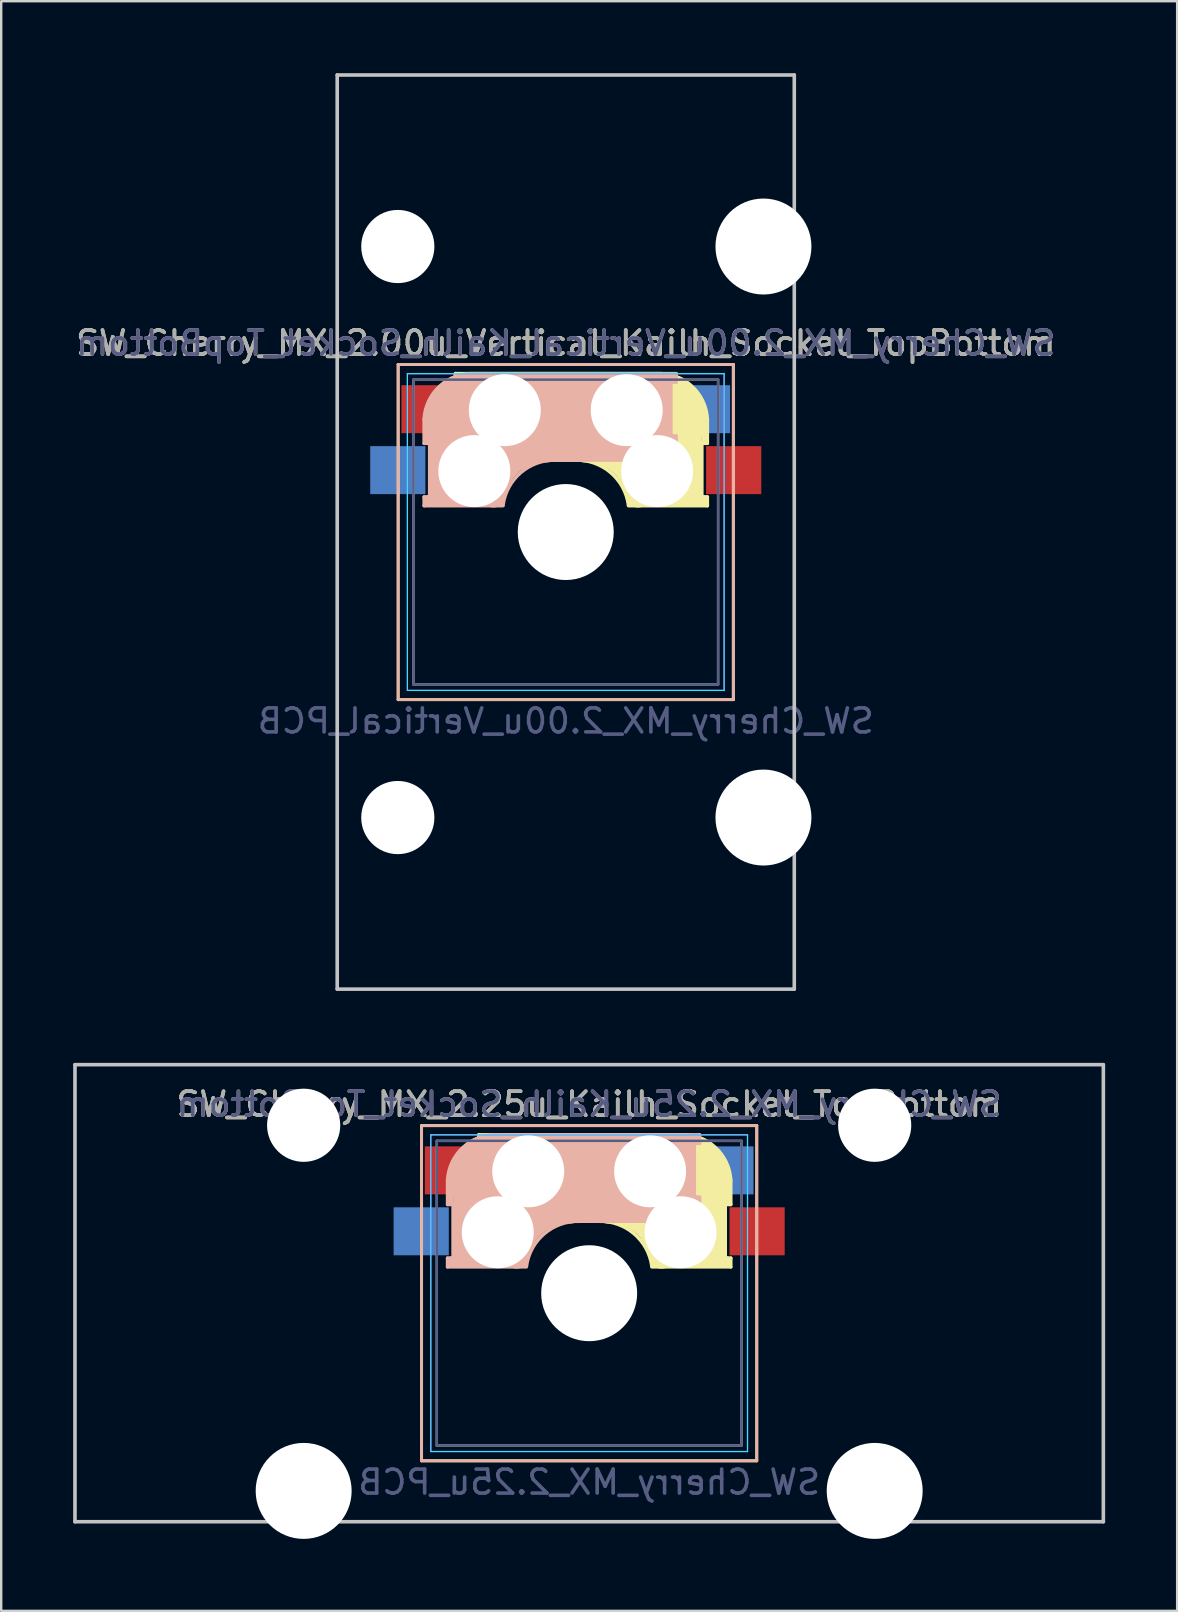
<source format=kicad_pcb>
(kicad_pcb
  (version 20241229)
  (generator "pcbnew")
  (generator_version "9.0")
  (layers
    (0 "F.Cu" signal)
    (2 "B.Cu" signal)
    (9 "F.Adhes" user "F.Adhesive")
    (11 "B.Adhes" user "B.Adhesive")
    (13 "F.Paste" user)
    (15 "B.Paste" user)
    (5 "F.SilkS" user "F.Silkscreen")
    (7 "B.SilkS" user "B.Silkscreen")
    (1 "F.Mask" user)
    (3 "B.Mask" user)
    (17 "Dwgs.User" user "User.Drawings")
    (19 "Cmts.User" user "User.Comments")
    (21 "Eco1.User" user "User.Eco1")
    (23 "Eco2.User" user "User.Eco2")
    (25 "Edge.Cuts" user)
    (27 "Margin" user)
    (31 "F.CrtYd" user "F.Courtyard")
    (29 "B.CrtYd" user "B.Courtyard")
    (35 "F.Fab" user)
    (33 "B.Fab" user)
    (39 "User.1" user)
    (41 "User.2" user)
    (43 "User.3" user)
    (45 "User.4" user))
  (footprint "SW_Cherry_MX_2.25u_Kailh_Socket_TopBottom"
    (layer "F.Cu")
    (at 24.046 45.77)
    (property "Reference" "SW_Cherry_MX_2.25u_Kailh_Socket_TopBottom" (at -2.54 -2.794 0) (layer "F.SilkS") (effects (font (size 1 1) (thickness 0.15))))
    (property "Value" "SW_Cherry_MX_2.25u_PCB" (at -2.54 12.954 0) (layer "F.Fab") (hide yes) (effects (font (size 1 1) (thickness 0.15))))
    (fp_line (start -9.525 -1.905) (end 4.445 -1.905) (stroke (width 0.12) (type solid)) (layer "F.SilkS"))
    (fp_line (start -9.525 12.065) (end -9.525 -1.905) (stroke (width 0.12) (type solid)) (layer "F.SilkS"))
    (fp_line (start -7.14 -1.52) (end 1.26 -1.52) (stroke (width 0.15) (type solid)) (layer "F.SilkS"))
    (fp_line (start -7.14 -1.17) (end -7.14 -1.52) (stroke (width 0.15) (type solid)) (layer "F.SilkS"))
    (fp_line (start -7.14 1.08) (end -6.94 1.08) (stroke (width 0.15) (type solid)) (layer "F.SilkS"))
    (fp_line (start -7.14 2.08) (end -7.14 1.08) (stroke (width 0.15) (type solid)) (layer "F.SilkS"))
    (fp_line (start -6.94 -1.32) (end -5.54 -1.32) (stroke (width 0.4) (type solid)) (layer "F.SilkS"))
    (fp_line (start -6.94 -1.17) (end -7.14 -1.17) (stroke (width 0.15) (type solid)) (layer "F.SilkS"))
    (fp_line (start -6.94 1.18) (end -6.94 1.88) (stroke (width 0.4) (type solid)) (layer "F.SilkS"))
    (fp_line (start -6.92 1.08) (end -6.92 -1.17) (stroke (width 0.15) (type solid)) (layer "F.SilkS"))
    (fp_line (start -6.84 1.78) (end -5.44 1.78) (stroke (width 0.5) (type solid)) (layer "F.SilkS"))
    (fp_line (start -6.44 -0.92) (end -6.44 1.58) (stroke (width 1) (type solid)) (layer "F.SilkS"))
    (fp_line (start -5.14 0.28) (end 1.56 0.28) (stroke (width 3.5) (type solid)) (layer "F.SilkS"))
    (fp_line (start -2.14 2.08) (end -7.14 2.08) (stroke (width 0.15) (type solid)) (layer "F.SilkS"))
    (fp_line (start 1.63 -0.02) (end 1.63 2.22) (stroke (width 3) (type solid)) (layer "F.SilkS"))
    (fp_line (start 2.76 3.48) (end 2.76 1.68) (stroke (width 0.8) (type solid)) (layer "F.SilkS"))
    (fp_line (start 3.13 1.38) (end 3.13 3.62) (stroke (width 0.15) (type solid)) (layer "F.SilkS"))
    (fp_line (start 3.16 3.62) (end 3.36 3.62) (stroke (width 0.15) (type solid)) (layer "F.SilkS"))
    (fp_line (start 3.16 3.78) (end 0.46 3.78) (stroke (width 0.5) (type solid)) (layer "F.SilkS"))
    (fp_line (start 3.26 1.28) (end 3.26 0.38) (stroke (width 0.3) (type solid)) (layer "F.SilkS"))
    (fp_line (start 3.36 0.38) (end 3.36 1.38) (stroke (width 0.15) (type solid)) (layer "F.SilkS"))
    (fp_line (start 3.36 1.38) (end 3.16 1.38) (stroke (width 0.15) (type solid)) (layer "F.SilkS"))
    (fp_line (start 3.36 3.98) (end 0.08 3.98) (stroke (width 0.15) (type solid)) (layer "F.SilkS"))
    (fp_line (start 3.36 3.98) (end 3.36 3.62) (stroke (width 0.15) (type solid)) (layer "F.SilkS"))
    (fp_line (start 4.445 -1.905) (end 4.445 12.065) (stroke (width 0.12) (type solid)) (layer "F.SilkS"))
    (fp_line (start 4.445 12.065) (end -9.525 12.065) (stroke (width 0.12) (type solid)) (layer "F.SilkS"))
    (fp_arc (start -2.14 2.08) (mid -0.671291 2.593882) (end 0.076318 3.958529) (stroke (width 0.15) (type solid)) (layer "F.SilkS"))
    (fp_arc (start -1.74 1.68) (mid -0.271291 2.193882) (end 0.476318 3.558529) (stroke (width 1) (type solid)) (layer "F.SilkS"))
    (fp_arc (start 1.26 -1.520001) (mid 2.703504 -1.004925) (end 3.360001 0.38) (stroke (width 0.15) (type solid)) (layer "F.SilkS"))
    (fp_line (start -9.525 -1.905) (end -9.525 12.065) (stroke (width 0.12) (type solid)) (layer "B.SilkS"))
    (fp_line (start -9.525 12.065) (end 4.445 12.065) (stroke (width 0.12) (type solid)) (layer "B.SilkS"))
    (fp_line (start -8.44 0.38) (end -8.44 1.38) (stroke (width 0.15) (type solid)) (layer "B.SilkS"))
    (fp_line (start -8.44 1.38) (end -8.24 1.38) (stroke (width 0.15) (type solid)) (layer "B.SilkS"))
    (fp_line (start -8.44 3.98) (end -8.44 3.62) (stroke (width 0.15) (type solid)) (layer "B.SilkS"))
    (fp_line (start -8.44 3.98) (end -5.16 3.98) (stroke (width 0.15) (type solid)) (layer "B.SilkS"))
    (fp_line (start -8.34 1.28) (end -8.34 0.38) (stroke (width 0.3) (type solid)) (layer "B.SilkS"))
    (fp_line (start -8.24 3.62) (end -8.44 3.62) (stroke (width 0.15) (type solid)) (layer "B.SilkS"))
    (fp_line (start -8.24 3.78) (end -5.54 3.78) (stroke (width 0.5) (type solid)) (layer "B.SilkS"))
    (fp_line (start -8.21 1.38) (end -8.21 3.62) (stroke (width 0.15) (type solid)) (layer "B.SilkS"))
    (fp_line (start -7.84 3.48) (end -7.84 1.68) (stroke (width 0.8) (type solid)) (layer "B.SilkS"))
    (fp_line (start -6.71 -0.02) (end -6.71 2.22) (stroke (width 3) (type solid)) (layer "B.SilkS"))
    (fp_line (start -2.94 2.08) (end 2.06 2.08) (stroke (width 0.15) (type solid)) (layer "B.SilkS"))
    (fp_line (start 0.06 0.28) (end -6.64 0.28) (stroke (width 3.5) (type solid)) (layer "B.SilkS"))
    (fp_line (start 1.36 -0.92) (end 1.36 1.58) (stroke (width 1) (type solid)) (layer "B.SilkS"))
    (fp_line (start 1.76 1.78) (end 0.36 1.78) (stroke (width 0.5) (type solid)) (layer "B.SilkS"))
    (fp_line (start 1.84 1.08) (end 1.84 -1.17) (stroke (width 0.15) (type solid)) (layer "B.SilkS"))
    (fp_line (start 1.86 -1.32) (end 0.46 -1.32) (stroke (width 0.4) (type solid)) (layer "B.SilkS"))
    (fp_line (start 1.86 -1.17) (end 2.06 -1.17) (stroke (width 0.15) (type solid)) (layer "B.SilkS"))
    (fp_line (start 1.86 1.18) (end 1.86 1.88) (stroke (width 0.4) (type solid)) (layer "B.SilkS"))
    (fp_line (start 2.06 -1.52) (end -6.34 -1.52) (stroke (width 0.15) (type solid)) (layer "B.SilkS"))
    (fp_line (start 2.06 -1.17) (end 2.06 -1.52) (stroke (width 0.15) (type solid)) (layer "B.SilkS"))
    (fp_line (start 2.06 1.08) (end 1.86 1.08) (stroke (width 0.15) (type solid)) (layer "B.SilkS"))
    (fp_line (start 2.06 2.08) (end 2.06 1.08) (stroke (width 0.15) (type solid)) (layer "B.SilkS"))
    (fp_line (start 4.445 -1.905) (end -9.525 -1.905) (stroke (width 0.12) (type solid)) (layer "B.SilkS"))
    (fp_line (start 4.445 12.065) (end 4.445 -1.905) (stroke (width 0.12) (type solid)) (layer "B.SilkS"))
    (fp_arc (start -8.44 0.380001) (mid -7.783504 -1.004924) (end -6.340001 -1.52) (stroke (width 0.15) (type solid)) (layer "B.SilkS"))
    (fp_arc (start -5.556318 3.558529) (mid -4.808709 2.193882) (end -3.34 1.68) (stroke (width 1) (type solid)) (layer "B.SilkS"))
    (fp_arc (start -5.156318 3.958529) (mid -4.408709 2.593882) (end -2.94 2.08) (stroke (width 0.15) (type solid)) (layer "B.SilkS"))
    (fp_line (start -23.971 -4.445) (end 18.891 -4.445) (stroke (width 0.15) (type solid)) (layer "Dwgs.User"))
    (fp_line (start -23.971 14.605) (end -23.971 -4.445) (stroke (width 0.15) (type solid)) (layer "Dwgs.User"))
    (fp_line (start 18.891 -4.445) (end 18.891 14.605) (stroke (width 0.15) (type solid)) (layer "Dwgs.User"))
    (fp_line (start 18.891 14.605) (end -23.971 14.605) (stroke (width 0.15) (type solid)) (layer "Dwgs.User"))
    (fp_line (start -9.14 -1.52) (end -9.14 11.68) (stroke (width 0.05) (type solid)) (layer "B.CrtYd"))
    (fp_line (start -9.14 11.68) (end 4.06 11.68) (stroke (width 0.05) (type solid)) (layer "B.CrtYd"))
    (fp_line (start 4.06 -1.52) (end -9.14 -1.52) (stroke (width 0.05) (type solid)) (layer "B.CrtYd"))
    (fp_line (start 4.06 11.68) (end 4.06 -1.52) (stroke (width 0.05) (type solid)) (layer "B.CrtYd"))
    (fp_line (start -9.14 -1.52) (end 4.06 -1.52) (stroke (width 0.05) (type solid)) (layer "F.CrtYd"))
    (fp_line (start -9.14 11.68) (end -9.14 -1.52) (stroke (width 0.05) (type solid)) (layer "F.CrtYd"))
    (fp_line (start 4.06 -1.52) (end 4.06 11.68) (stroke (width 0.05) (type solid)) (layer "F.CrtYd"))
    (fp_line (start 4.06 11.68) (end -9.14 11.68) (stroke (width 0.05) (type solid)) (layer "F.CrtYd"))
    (fp_line (start -8.89 -1.27) (end -8.89 11.43) (stroke (width 0.1) (type solid)) (layer "B.Fab"))
    (fp_line (start -8.89 11.43) (end 3.81 11.43) (stroke (width 0.1) (type solid)) (layer "B.Fab"))
    (fp_line (start 3.81 -1.27) (end -8.89 -1.27) (stroke (width 0.1) (type solid)) (layer "B.Fab"))
    (fp_line (start 3.81 11.43) (end 3.81 -1.27) (stroke (width 0.1) (type solid)) (layer "B.Fab"))
    (fp_line (start -8.89 -1.27) (end 3.81 -1.27) (stroke (width 0.1) (type solid)) (layer "F.Fab"))
    (fp_line (start -8.89 11.43) (end -8.89 -1.27) (stroke (width 0.1) (type solid)) (layer "F.Fab"))
    (fp_line (start 3.81 -1.27) (end 3.81 11.43) (stroke (width 0.1) (type solid)) (layer "F.Fab"))
    (fp_line (start 3.81 11.43) (end -8.89 11.43) (stroke (width 0.1) (type solid)) (layer "F.Fab"))
    (fp_text user "${REFERENCE}" (at -2.54 -2.794 0) (layer "B.SilkS") (effects (font (size 1 1) (thickness 0.15)) (justify mirror)))
    (fp_text user "${REFERENCE}" (at -2.54 -2.794 0) (layer "B.Fab") (effects (font (size 1 1) (thickness 0.15)) (justify mirror)))
    (fp_text user "${VALUE}" (at -2.54 12.954 0) (layer "B.Fab") (effects (font (size 1 1) (thickness 0.15)) (justify mirror)))
    (fp_text user "${REFERENCE}" (at -2.54 -2.794 0) (layer "F.Fab") (effects (font (size 1 1) (thickness 0.15))))
    (pad "" np_thru_hole circle (at -14.44 -1.92) (size 3.05 3.05) (drill 3.05) (layers "*.Cu" "*.Mask"))
    (pad "" np_thru_hole circle (at -14.44 13.32) (size 4 4) (drill 4) (layers "*.Cu" "*.Mask"))
    (pad "" np_thru_hole circle (at -6.35 2.54) (size 3 3) (drill 3) (layers "*.Cu" "*.Mask"))
    (pad "" np_thru_hole circle (at -5.08 0) (size 3 3) (drill 3) (layers "*.Cu" "*.Mask"))
    (pad "" np_thru_hole circle (at -2.54 5.08) (size 4 4) (drill 4) (layers "*.Cu" "*.Mask"))
    (pad "" np_thru_hole circle (at 0 0) (size 3 3) (drill 3) (layers "*.Cu" "*.Mask"))
    (pad "" np_thru_hole circle (at 1.27 2.54) (size 3 3) (drill 3) (layers "*.Cu" "*.Mask"))
    (pad "" np_thru_hole circle (at 9.36 -1.92) (size 3.05 3.05) (drill 3.05) (layers "*.Cu" "*.Mask"))
    (pad "" np_thru_hole circle (at 9.36 13.32) (size 4 4) (drill 4) (layers "*.Cu" "*.Mask"))
    (pad "1" smd rect (at 3.16 -0.04) (size 2.3 2) (layers "B.Cu" "B.Mask" "B.Paste"))
    (pad "1" smd rect (at 4.46 2.5) (size 2.3 2) (layers "F.Cu" "F.Mask" "F.Paste"))
    (pad "2" smd rect (at -9.54 2.5) (size 2.3 2) (layers "B.Cu" "B.Mask" "B.Paste"))
    (pad "2" smd rect (at -8.24 -0.04) (size 2.3 2) (layers "F.Cu" "F.Mask" "F.Paste")))
  (footprint "SW_Cherry_MX_2.00u_Vertical_Kailh_Socket_TopBottom"
    (layer "F.Cu")
    (at 23.07 14.045)
    (property "Reference" "SW_Cherry_MX_2.00u_Vertical_Kailh_Socket_TopBottom" (at -2.54 -2.794 0) (layer "F.SilkS") (effects (font (size 1 1) (thickness 0.15))))
    (property "Value" "SW_Cherry_MX_2.00u_Vertical_PCB" (at -2.54 12.954 0) (layer "F.Fab") (hide yes) (effects (font (size 1 1) (thickness 0.15))))
    (fp_line (start -9.525 -1.905) (end 4.445 -1.905) (stroke (width 0.12) (type solid)) (layer "F.SilkS"))
    (fp_line (start -9.525 12.065) (end -9.525 -1.905) (stroke (width 0.12) (type solid)) (layer "F.SilkS"))
    (fp_line (start -7.14 -1.52) (end 1.26 -1.52) (stroke (width 0.15) (type solid)) (layer "F.SilkS"))
    (fp_line (start -7.14 -1.17) (end -7.14 -1.52) (stroke (width 0.15) (type solid)) (layer "F.SilkS"))
    (fp_line (start -7.14 1.08) (end -6.94 1.08) (stroke (width 0.15) (type solid)) (layer "F.SilkS"))
    (fp_line (start -7.14 2.08) (end -7.14 1.08) (stroke (width 0.15) (type solid)) (layer "F.SilkS"))
    (fp_line (start -6.94 -1.32) (end -5.54 -1.32) (stroke (width 0.4) (type solid)) (layer "F.SilkS"))
    (fp_line (start -6.94 -1.17) (end -7.14 -1.17) (stroke (width 0.15) (type solid)) (layer "F.SilkS"))
    (fp_line (start -6.94 1.18) (end -6.94 1.88) (stroke (width 0.4) (type solid)) (layer "F.SilkS"))
    (fp_line (start -6.92 1.08) (end -6.92 -1.17) (stroke (width 0.15) (type solid)) (layer "F.SilkS"))
    (fp_line (start -6.84 1.78) (end -5.44 1.78) (stroke (width 0.5) (type solid)) (layer "F.SilkS"))
    (fp_line (start -6.44 -0.92) (end -6.44 1.58) (stroke (width 1) (type solid)) (layer "F.SilkS"))
    (fp_line (start -5.14 0.28) (end 1.56 0.28) (stroke (width 3.5) (type solid)) (layer "F.SilkS"))
    (fp_line (start -2.14 2.08) (end -7.14 2.08) (stroke (width 0.15) (type solid)) (layer "F.SilkS"))
    (fp_line (start 1.63 -0.02) (end 1.63 2.22) (stroke (width 3) (type solid)) (layer "F.SilkS"))
    (fp_line (start 2.76 3.48) (end 2.76 1.68) (stroke (width 0.8) (type solid)) (layer "F.SilkS"))
    (fp_line (start 3.13 1.38) (end 3.13 3.62) (stroke (width 0.15) (type solid)) (layer "F.SilkS"))
    (fp_line (start 3.16 3.62) (end 3.36 3.62) (stroke (width 0.15) (type solid)) (layer "F.SilkS"))
    (fp_line (start 3.16 3.78) (end 0.46 3.78) (stroke (width 0.5) (type solid)) (layer "F.SilkS"))
    (fp_line (start 3.26 1.28) (end 3.26 0.38) (stroke (width 0.3) (type solid)) (layer "F.SilkS"))
    (fp_line (start 3.36 0.38) (end 3.36 1.38) (stroke (width 0.15) (type solid)) (layer "F.SilkS"))
    (fp_line (start 3.36 1.38) (end 3.16 1.38) (stroke (width 0.15) (type solid)) (layer "F.SilkS"))
    (fp_line (start 3.36 3.98) (end 0.08 3.98) (stroke (width 0.15) (type solid)) (layer "F.SilkS"))
    (fp_line (start 3.36 3.98) (end 3.36 3.62) (stroke (width 0.15) (type solid)) (layer "F.SilkS"))
    (fp_line (start 4.445 -1.905) (end 4.445 12.065) (stroke (width 0.12) (type solid)) (layer "F.SilkS"))
    (fp_line (start 4.445 12.065) (end -9.525 12.065) (stroke (width 0.12) (type solid)) (layer "F.SilkS"))
    (fp_arc (start -2.14 2.08) (mid -0.671291 2.593882) (end 0.076318 3.958529) (stroke (width 0.15) (type solid)) (layer "F.SilkS"))
    (fp_arc (start -1.74 1.68) (mid -0.271291 2.193882) (end 0.476318 3.558529) (stroke (width 1) (type solid)) (layer "F.SilkS"))
    (fp_arc (start 1.26 -1.520001) (mid 2.703504 -1.004925) (end 3.360001 0.38) (stroke (width 0.15) (type solid)) (layer "F.SilkS"))
    (fp_line (start -9.525 -1.905) (end -9.525 12.065) (stroke (width 0.12) (type solid)) (layer "B.SilkS"))
    (fp_line (start -9.525 12.065) (end 4.445 12.065) (stroke (width 0.12) (type solid)) (layer "B.SilkS"))
    (fp_line (start -8.44 0.38) (end -8.44 1.38) (stroke (width 0.15) (type solid)) (layer "B.SilkS"))
    (fp_line (start -8.44 1.38) (end -8.24 1.38) (stroke (width 0.15) (type solid)) (layer "B.SilkS"))
    (fp_line (start -8.44 3.98) (end -8.44 3.62) (stroke (width 0.15) (type solid)) (layer "B.SilkS"))
    (fp_line (start -8.44 3.98) (end -5.16 3.98) (stroke (width 0.15) (type solid)) (layer "B.SilkS"))
    (fp_line (start -8.34 1.28) (end -8.34 0.38) (stroke (width 0.3) (type solid)) (layer "B.SilkS"))
    (fp_line (start -8.24 3.62) (end -8.44 3.62) (stroke (width 0.15) (type solid)) (layer "B.SilkS"))
    (fp_line (start -8.24 3.78) (end -5.54 3.78) (stroke (width 0.5) (type solid)) (layer "B.SilkS"))
    (fp_line (start -8.21 1.38) (end -8.21 3.62) (stroke (width 0.15) (type solid)) (layer "B.SilkS"))
    (fp_line (start -7.84 3.48) (end -7.84 1.68) (stroke (width 0.8) (type solid)) (layer "B.SilkS"))
    (fp_line (start -6.71 -0.02) (end -6.71 2.22) (stroke (width 3) (type solid)) (layer "B.SilkS"))
    (fp_line (start -2.94 2.08) (end 2.06 2.08) (stroke (width 0.15) (type solid)) (layer "B.SilkS"))
    (fp_line (start 0.06 0.28) (end -6.64 0.28) (stroke (width 3.5) (type solid)) (layer "B.SilkS"))
    (fp_line (start 1.36 -0.92) (end 1.36 1.58) (stroke (width 1) (type solid)) (layer "B.SilkS"))
    (fp_line (start 1.76 1.78) (end 0.36 1.78) (stroke (width 0.5) (type solid)) (layer "B.SilkS"))
    (fp_line (start 1.84 1.08) (end 1.84 -1.17) (stroke (width 0.15) (type solid)) (layer "B.SilkS"))
    (fp_line (start 1.86 -1.32) (end 0.46 -1.32) (stroke (width 0.4) (type solid)) (layer "B.SilkS"))
    (fp_line (start 1.86 -1.17) (end 2.06 -1.17) (stroke (width 0.15) (type solid)) (layer "B.SilkS"))
    (fp_line (start 1.86 1.18) (end 1.86 1.88) (stroke (width 0.4) (type solid)) (layer "B.SilkS"))
    (fp_line (start 2.06 -1.52) (end -6.34 -1.52) (stroke (width 0.15) (type solid)) (layer "B.SilkS"))
    (fp_line (start 2.06 -1.17) (end 2.06 -1.52) (stroke (width 0.15) (type solid)) (layer "B.SilkS"))
    (fp_line (start 2.06 1.08) (end 1.86 1.08) (stroke (width 0.15) (type solid)) (layer "B.SilkS"))
    (fp_line (start 2.06 2.08) (end 2.06 1.08) (stroke (width 0.15) (type solid)) (layer "B.SilkS"))
    (fp_line (start 4.445 -1.905) (end -9.525 -1.905) (stroke (width 0.12) (type solid)) (layer "B.SilkS"))
    (fp_line (start 4.445 12.065) (end 4.445 -1.905) (stroke (width 0.12) (type solid)) (layer "B.SilkS"))
    (fp_arc (start -8.44 0.380001) (mid -7.783504 -1.004924) (end -6.340001 -1.52) (stroke (width 0.15) (type solid)) (layer "B.SilkS"))
    (fp_arc (start -5.556318 3.558529) (mid -4.808709 2.193882) (end -3.34 1.68) (stroke (width 1) (type solid)) (layer "B.SilkS"))
    (fp_arc (start -5.156318 3.958529) (mid -4.408709 2.593882) (end -2.94 2.08) (stroke (width 0.15) (type solid)) (layer "B.SilkS"))
    (fp_line (start -12.065 -13.97) (end 6.985 -13.97) (stroke (width 0.15) (type solid)) (layer "Dwgs.User"))
    (fp_line (start -12.065 24.13) (end -12.065 -13.97) (stroke (width 0.15) (type solid)) (layer "Dwgs.User"))
    (fp_line (start 6.985 -13.97) (end 6.985 24.13) (stroke (width 0.15) (type solid)) (layer "Dwgs.User"))
    (fp_line (start 6.985 24.13) (end -12.065 24.13) (stroke (width 0.15) (type solid)) (layer "Dwgs.User"))
    (fp_line (start -9.14 -1.52) (end -9.14 11.68) (stroke (width 0.05) (type solid)) (layer "B.CrtYd"))
    (fp_line (start -9.14 11.68) (end 4.06 11.68) (stroke (width 0.05) (type solid)) (layer "B.CrtYd"))
    (fp_line (start 4.06 -1.52) (end -9.14 -1.52) (stroke (width 0.05) (type solid)) (layer "B.CrtYd"))
    (fp_line (start 4.06 11.68) (end 4.06 -1.52) (stroke (width 0.05) (type solid)) (layer "B.CrtYd"))
    (fp_line (start -9.14 -1.52) (end 4.06 -1.52) (stroke (width 0.05) (type solid)) (layer "F.CrtYd"))
    (fp_line (start -9.14 11.68) (end -9.14 -1.52) (stroke (width 0.05) (type solid)) (layer "F.CrtYd"))
    (fp_line (start 4.06 -1.52) (end 4.06 11.68) (stroke (width 0.05) (type solid)) (layer "F.CrtYd"))
    (fp_line (start 4.06 11.68) (end -9.14 11.68) (stroke (width 0.05) (type solid)) (layer "F.CrtYd"))
    (fp_line (start -8.89 -1.27) (end -8.89 11.43) (stroke (width 0.1) (type solid)) (layer "B.Fab"))
    (fp_line (start -8.89 11.43) (end 3.81 11.43) (stroke (width 0.1) (type solid)) (layer "B.Fab"))
    (fp_line (start 3.81 -1.27) (end -8.89 -1.27) (stroke (width 0.1) (type solid)) (layer "B.Fab"))
    (fp_line (start 3.81 11.43) (end 3.81 -1.27) (stroke (width 0.1) (type solid)) (layer "B.Fab"))
    (fp_line (start -8.89 -1.27) (end 3.81 -1.27) (stroke (width 0.1) (type solid)) (layer "F.Fab"))
    (fp_line (start -8.89 11.43) (end -8.89 -1.27) (stroke (width 0.1) (type solid)) (layer "F.Fab"))
    (fp_line (start 3.81 -1.27) (end 3.81 11.43) (stroke (width 0.1) (type solid)) (layer "F.Fab"))
    (fp_line (start 3.81 11.43) (end -8.89 11.43) (stroke (width 0.1) (type solid)) (layer "F.Fab"))
    (fp_text user "${REFERENCE}" (at -2.54 -2.794 0) (layer "B.SilkS") (effects (font (size 1 1) (thickness 0.15)) (justify mirror)))
    (fp_text user "${REFERENCE}" (at -2.54 -2.794 0) (layer "B.Fab") (effects (font (size 1 1) (thickness 0.15)) (justify mirror)))
    (fp_text user "${VALUE}" (at -2.54 12.954 0) (layer "B.Fab") (effects (font (size 1 1) (thickness 0.15)) (justify mirror)))
    (fp_text user "${REFERENCE}" (at -2.54 -2.794 0) (layer "F.Fab") (effects (font (size 1 1) (thickness 0.15))))
    (pad "" np_thru_hole circle (at -9.54 -6.82) (size 3.05 3.05) (drill 3.05) (layers "*.Cu" "*.Mask"))
    (pad "" np_thru_hole circle (at -9.54 16.98) (size 3.05 3.05) (drill 3.05) (layers "*.Cu" "*.Mask"))
    (pad "" np_thru_hole circle (at -6.35 2.54) (size 3 3) (drill 3) (layers "*.Cu" "*.Mask"))
    (pad "" np_thru_hole circle (at -5.08 0) (size 3 3) (drill 3) (layers "*.Cu" "*.Mask"))
    (pad "" np_thru_hole circle (at -2.54 5.08) (size 4 4) (drill 4) (layers "*.Cu" "*.Mask"))
    (pad "" np_thru_hole circle (at 0 0) (size 3 3) (drill 3) (layers "*.Cu" "*.Mask"))
    (pad "" np_thru_hole circle (at 1.27 2.54) (size 3 3) (drill 3) (layers "*.Cu" "*.Mask"))
    (pad "" np_thru_hole circle (at 5.7 -6.82) (size 4 4) (drill 4) (layers "*.Cu" "*.Mask"))
    (pad "" np_thru_hole circle (at 5.7 16.98) (size 4 4) (drill 4) (layers "*.Cu" "*.Mask"))
    (pad "1" smd rect (at 3.16 -0.04) (size 2.3 2) (layers "B.Cu" "B.Mask" "B.Paste"))
    (pad "1" smd rect (at 4.46 2.5) (size 2.3 2) (layers "F.Cu" "F.Mask" "F.Paste"))
    (pad "2" smd rect (at -9.54 2.5) (size 2.3 2) (layers "B.Cu" "B.Mask" "B.Paste"))
    (pad "2" smd rect (at -8.24 -0.04) (size 2.3 2) (layers "F.Cu" "F.Mask" "F.Paste")))
  (gr_rect
    (start -3 -3)
    (end 46.013 64.09)
    (stroke (width 0.1) (type default))
    (fill no)
    (layer "Edge.Cuts")))
</source>
